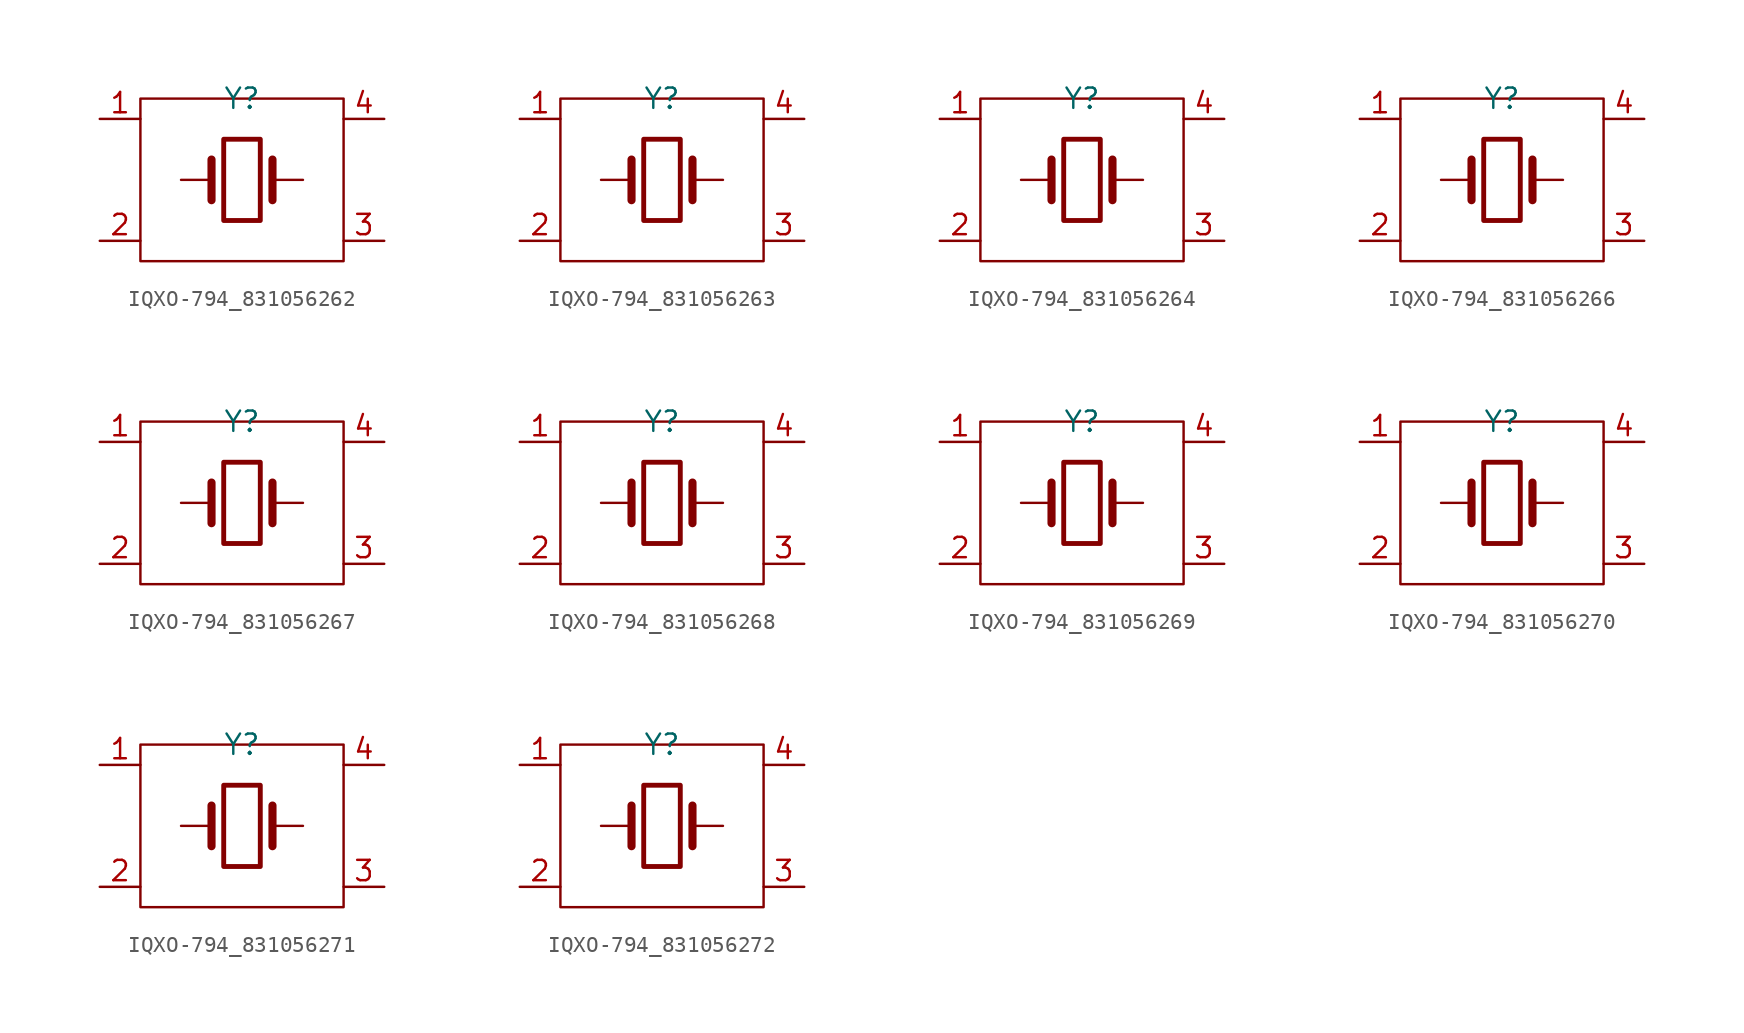
<source format=kicad_sym>
(kicad_symbol_lib
  (version 20220914)
  (generator kicad_symbol_editor)
  (symbol "IQXO-794_831056262"
    (pin_names hide)
    (property "Reference" "Y"
      (at 0 5.08 0)
      (effects (font (size 1.27 1.27))))
    (property "Critical Parameter" ""
      (at 0 -5.08 0)
      (effects (font (size 1.27 1.27)) (justify left)))
    (symbol "IQXO-794_831056262_0_1"
      (rectangle (start -6.35 5.08) (end 6.35 -5.08) (stroke (width 0) (type default)) (fill (type none)))
      (rectangle (start -1.143 2.54) (end 1.143 -2.54) (stroke (width 0.305) (type default)) (fill (type none)))
      (polyline (pts (xy -3.81 0) (xy -1.905 0)) (stroke (width 0) (type default)) (fill (type none)))
      (polyline (pts (xy -1.905 -1.27) (xy -1.905 1.27)) (stroke (width 0.508) (type default)) (fill (type none)))
      (polyline (pts (xy 1.905 -1.27) (xy 1.905 1.27)) (stroke (width 0.508) (type default)) (fill (type none)))
      (polyline (pts (xy 3.81 0) (xy 1.905 0)) (stroke (width 0) (type default)) (fill (type none))))
    (symbol "IQXO-794_831056262_1_1"
      (pin passive line (at -8.89 3.81 0) (length 2.54) (name "E/D" (effects (font (size 1.27 1.27)))) (number "1" (effects (font (size 1.27 1.27)))))
      (pin passive line (at -8.89 -3.81 0) (length 2.54) (name "GND" (effects (font (size 1.27 1.27)))) (number "2" (effects (font (size 1.27 1.27)))))
      (pin passive line (at 8.89 -3.81 180) (length 2.54) (name "OUT" (effects (font (size 1.27 1.27)))) (number "3" (effects (font (size 1.27 1.27)))))
      (pin passive line (at 8.89 3.81 180) (length 2.54) (name "+VS" (effects (font (size 1.27 1.27)))) (number "4" (effects (font (size 1.27 1.27)))))))
  (symbol "IQXO-794_831056263"
    (pin_names hide)
    (property "Reference" "Y"
      (at 0 5.08 0)
      (effects (font (size 1.27 1.27))))
    (property "Critical Parameter" ""
      (at 0 -5.08 0)
      (effects (font (size 1.27 1.27)) (justify left)))
    (symbol "IQXO-794_831056263_0_1"
      (rectangle (start -6.35 5.08) (end 6.35 -5.08) (stroke (width 0) (type default)) (fill (type none)))
      (rectangle (start -1.143 2.54) (end 1.143 -2.54) (stroke (width 0.305) (type default)) (fill (type none)))
      (polyline (pts (xy -3.81 0) (xy -1.905 0)) (stroke (width 0) (type default)) (fill (type none)))
      (polyline (pts (xy -1.905 -1.27) (xy -1.905 1.27)) (stroke (width 0.508) (type default)) (fill (type none)))
      (polyline (pts (xy 1.905 -1.27) (xy 1.905 1.27)) (stroke (width 0.508) (type default)) (fill (type none)))
      (polyline (pts (xy 3.81 0) (xy 1.905 0)) (stroke (width 0) (type default)) (fill (type none))))
    (symbol "IQXO-794_831056263_1_1"
      (pin passive line (at -8.89 3.81 0) (length 2.54) (name "E/D" (effects (font (size 1.27 1.27)))) (number "1" (effects (font (size 1.27 1.27)))))
      (pin passive line (at -8.89 -3.81 0) (length 2.54) (name "GND" (effects (font (size 1.27 1.27)))) (number "2" (effects (font (size 1.27 1.27)))))
      (pin passive line (at 8.89 -3.81 180) (length 2.54) (name "OUT" (effects (font (size 1.27 1.27)))) (number "3" (effects (font (size 1.27 1.27)))))
      (pin passive line (at 8.89 3.81 180) (length 2.54) (name "+VS" (effects (font (size 1.27 1.27)))) (number "4" (effects (font (size 1.27 1.27)))))))
  (symbol "IQXO-794_831056264"
    (pin_names hide)
    (property "Reference" "Y"
      (at 0 5.08 0)
      (effects (font (size 1.27 1.27))))
    (property "Critical Parameter" ""
      (at 0 -5.08 0)
      (effects (font (size 1.27 1.27)) (justify left)))
    (symbol "IQXO-794_831056264_0_1"
      (rectangle (start -6.35 5.08) (end 6.35 -5.08) (stroke (width 0) (type default)) (fill (type none)))
      (rectangle (start -1.143 2.54) (end 1.143 -2.54) (stroke (width 0.305) (type default)) (fill (type none)))
      (polyline (pts (xy -3.81 0) (xy -1.905 0)) (stroke (width 0) (type default)) (fill (type none)))
      (polyline (pts (xy -1.905 -1.27) (xy -1.905 1.27)) (stroke (width 0.508) (type default)) (fill (type none)))
      (polyline (pts (xy 1.905 -1.27) (xy 1.905 1.27)) (stroke (width 0.508) (type default)) (fill (type none)))
      (polyline (pts (xy 3.81 0) (xy 1.905 0)) (stroke (width 0) (type default)) (fill (type none))))
    (symbol "IQXO-794_831056264_1_1"
      (pin passive line (at -8.89 3.81 0) (length 2.54) (name "E/D" (effects (font (size 1.27 1.27)))) (number "1" (effects (font (size 1.27 1.27)))))
      (pin passive line (at -8.89 -3.81 0) (length 2.54) (name "GND" (effects (font (size 1.27 1.27)))) (number "2" (effects (font (size 1.27 1.27)))))
      (pin passive line (at 8.89 -3.81 180) (length 2.54) (name "OUT" (effects (font (size 1.27 1.27)))) (number "3" (effects (font (size 1.27 1.27)))))
      (pin passive line (at 8.89 3.81 180) (length 2.54) (name "+VS" (effects (font (size 1.27 1.27)))) (number "4" (effects (font (size 1.27 1.27)))))))
  (symbol "IQXO-794_831056266"
    (pin_names hide)
    (property "Reference" "Y"
      (at 0 5.08 0)
      (effects (font (size 1.27 1.27))))
    (property "Critical Parameter" ""
      (at 0 -5.08 0)
      (effects (font (size 1.27 1.27)) (justify left)))
    (symbol "IQXO-794_831056266_0_1"
      (rectangle (start -6.35 5.08) (end 6.35 -5.08) (stroke (width 0) (type default)) (fill (type none)))
      (rectangle (start -1.143 2.54) (end 1.143 -2.54) (stroke (width 0.305) (type default)) (fill (type none)))
      (polyline (pts (xy -3.81 0) (xy -1.905 0)) (stroke (width 0) (type default)) (fill (type none)))
      (polyline (pts (xy -1.905 -1.27) (xy -1.905 1.27)) (stroke (width 0.508) (type default)) (fill (type none)))
      (polyline (pts (xy 1.905 -1.27) (xy 1.905 1.27)) (stroke (width 0.508) (type default)) (fill (type none)))
      (polyline (pts (xy 3.81 0) (xy 1.905 0)) (stroke (width 0) (type default)) (fill (type none))))
    (symbol "IQXO-794_831056266_1_1"
      (pin passive line (at -8.89 3.81 0) (length 2.54) (name "E/D" (effects (font (size 1.27 1.27)))) (number "1" (effects (font (size 1.27 1.27)))))
      (pin passive line (at -8.89 -3.81 0) (length 2.54) (name "GND" (effects (font (size 1.27 1.27)))) (number "2" (effects (font (size 1.27 1.27)))))
      (pin passive line (at 8.89 -3.81 180) (length 2.54) (name "OUT" (effects (font (size 1.27 1.27)))) (number "3" (effects (font (size 1.27 1.27)))))
      (pin passive line (at 8.89 3.81 180) (length 2.54) (name "+VS" (effects (font (size 1.27 1.27)))) (number "4" (effects (font (size 1.27 1.27)))))))
  (symbol "IQXO-794_831056267"
    (pin_names hide)
    (property "Reference" "Y"
      (at 0 5.08 0)
      (effects (font (size 1.27 1.27))))
    (property "Critical Parameter" ""
      (at 0 -5.08 0)
      (effects (font (size 1.27 1.27)) (justify left)))
    (symbol "IQXO-794_831056267_0_1"
      (rectangle (start -6.35 5.08) (end 6.35 -5.08) (stroke (width 0) (type default)) (fill (type none)))
      (rectangle (start -1.143 2.54) (end 1.143 -2.54) (stroke (width 0.305) (type default)) (fill (type none)))
      (polyline (pts (xy -3.81 0) (xy -1.905 0)) (stroke (width 0) (type default)) (fill (type none)))
      (polyline (pts (xy -1.905 -1.27) (xy -1.905 1.27)) (stroke (width 0.508) (type default)) (fill (type none)))
      (polyline (pts (xy 1.905 -1.27) (xy 1.905 1.27)) (stroke (width 0.508) (type default)) (fill (type none)))
      (polyline (pts (xy 3.81 0) (xy 1.905 0)) (stroke (width 0) (type default)) (fill (type none))))
    (symbol "IQXO-794_831056267_1_1"
      (pin passive line (at -8.89 3.81 0) (length 2.54) (name "E/D" (effects (font (size 1.27 1.27)))) (number "1" (effects (font (size 1.27 1.27)))))
      (pin passive line (at -8.89 -3.81 0) (length 2.54) (name "GND" (effects (font (size 1.27 1.27)))) (number "2" (effects (font (size 1.27 1.27)))))
      (pin passive line (at 8.89 -3.81 180) (length 2.54) (name "OUT" (effects (font (size 1.27 1.27)))) (number "3" (effects (font (size 1.27 1.27)))))
      (pin passive line (at 8.89 3.81 180) (length 2.54) (name "+VS" (effects (font (size 1.27 1.27)))) (number "4" (effects (font (size 1.27 1.27)))))))
  (symbol "IQXO-794_831056268"
    (pin_names hide)
    (property "Reference" "Y"
      (at 0 5.08 0)
      (effects (font (size 1.27 1.27))))
    (property "Critical Parameter" ""
      (at 0 -5.08 0)
      (effects (font (size 1.27 1.27)) (justify left)))
    (symbol "IQXO-794_831056268_0_1"
      (rectangle (start -6.35 5.08) (end 6.35 -5.08) (stroke (width 0) (type default)) (fill (type none)))
      (rectangle (start -1.143 2.54) (end 1.143 -2.54) (stroke (width 0.305) (type default)) (fill (type none)))
      (polyline (pts (xy -3.81 0) (xy -1.905 0)) (stroke (width 0) (type default)) (fill (type none)))
      (polyline (pts (xy -1.905 -1.27) (xy -1.905 1.27)) (stroke (width 0.508) (type default)) (fill (type none)))
      (polyline (pts (xy 1.905 -1.27) (xy 1.905 1.27)) (stroke (width 0.508) (type default)) (fill (type none)))
      (polyline (pts (xy 3.81 0) (xy 1.905 0)) (stroke (width 0) (type default)) (fill (type none))))
    (symbol "IQXO-794_831056268_1_1"
      (pin passive line (at -8.89 3.81 0) (length 2.54) (name "E/D" (effects (font (size 1.27 1.27)))) (number "1" (effects (font (size 1.27 1.27)))))
      (pin passive line (at -8.89 -3.81 0) (length 2.54) (name "GND" (effects (font (size 1.27 1.27)))) (number "2" (effects (font (size 1.27 1.27)))))
      (pin passive line (at 8.89 -3.81 180) (length 2.54) (name "OUT" (effects (font (size 1.27 1.27)))) (number "3" (effects (font (size 1.27 1.27)))))
      (pin passive line (at 8.89 3.81 180) (length 2.54) (name "+VS" (effects (font (size 1.27 1.27)))) (number "4" (effects (font (size 1.27 1.27)))))))
  (symbol "IQXO-794_831056269"
    (pin_names hide)
    (property "Reference" "Y"
      (at 0 5.08 0)
      (effects (font (size 1.27 1.27))))
    (property "Critical Parameter" ""
      (at 0 -5.08 0)
      (effects (font (size 1.27 1.27)) (justify left)))
    (symbol "IQXO-794_831056269_0_1"
      (rectangle (start -6.35 5.08) (end 6.35 -5.08) (stroke (width 0) (type default)) (fill (type none)))
      (rectangle (start -1.143 2.54) (end 1.143 -2.54) (stroke (width 0.305) (type default)) (fill (type none)))
      (polyline (pts (xy -3.81 0) (xy -1.905 0)) (stroke (width 0) (type default)) (fill (type none)))
      (polyline (pts (xy -1.905 -1.27) (xy -1.905 1.27)) (stroke (width 0.508) (type default)) (fill (type none)))
      (polyline (pts (xy 1.905 -1.27) (xy 1.905 1.27)) (stroke (width 0.508) (type default)) (fill (type none)))
      (polyline (pts (xy 3.81 0) (xy 1.905 0)) (stroke (width 0) (type default)) (fill (type none))))
    (symbol "IQXO-794_831056269_1_1"
      (pin passive line (at -8.89 3.81 0) (length 2.54) (name "E/D" (effects (font (size 1.27 1.27)))) (number "1" (effects (font (size 1.27 1.27)))))
      (pin passive line (at -8.89 -3.81 0) (length 2.54) (name "GND" (effects (font (size 1.27 1.27)))) (number "2" (effects (font (size 1.27 1.27)))))
      (pin passive line (at 8.89 -3.81 180) (length 2.54) (name "OUT" (effects (font (size 1.27 1.27)))) (number "3" (effects (font (size 1.27 1.27)))))
      (pin passive line (at 8.89 3.81 180) (length 2.54) (name "+VS" (effects (font (size 1.27 1.27)))) (number "4" (effects (font (size 1.27 1.27)))))))
  (symbol "IQXO-794_831056270"
    (pin_names hide)
    (property "Reference" "Y"
      (at 0 5.08 0)
      (effects (font (size 1.27 1.27))))
    (property "Critical Parameter" ""
      (at 0 -5.08 0)
      (effects (font (size 1.27 1.27)) (justify left)))
    (symbol "IQXO-794_831056270_0_1"
      (rectangle (start -6.35 5.08) (end 6.35 -5.08) (stroke (width 0) (type default)) (fill (type none)))
      (rectangle (start -1.143 2.54) (end 1.143 -2.54) (stroke (width 0.305) (type default)) (fill (type none)))
      (polyline (pts (xy -3.81 0) (xy -1.905 0)) (stroke (width 0) (type default)) (fill (type none)))
      (polyline (pts (xy -1.905 -1.27) (xy -1.905 1.27)) (stroke (width 0.508) (type default)) (fill (type none)))
      (polyline (pts (xy 1.905 -1.27) (xy 1.905 1.27)) (stroke (width 0.508) (type default)) (fill (type none)))
      (polyline (pts (xy 3.81 0) (xy 1.905 0)) (stroke (width 0) (type default)) (fill (type none))))
    (symbol "IQXO-794_831056270_1_1"
      (pin passive line (at -8.89 3.81 0) (length 2.54) (name "E/D" (effects (font (size 1.27 1.27)))) (number "1" (effects (font (size 1.27 1.27)))))
      (pin passive line (at -8.89 -3.81 0) (length 2.54) (name "GND" (effects (font (size 1.27 1.27)))) (number "2" (effects (font (size 1.27 1.27)))))
      (pin passive line (at 8.89 -3.81 180) (length 2.54) (name "OUT" (effects (font (size 1.27 1.27)))) (number "3" (effects (font (size 1.27 1.27)))))
      (pin passive line (at 8.89 3.81 180) (length 2.54) (name "+VS" (effects (font (size 1.27 1.27)))) (number "4" (effects (font (size 1.27 1.27)))))))
  (symbol "IQXO-794_831056271"
    (pin_names hide)
    (property "Reference" "Y"
      (at 0 5.08 0)
      (effects (font (size 1.27 1.27))))
    (property "Critical Parameter" ""
      (at 0 -5.08 0)
      (effects (font (size 1.27 1.27)) (justify left)))
    (symbol "IQXO-794_831056271_0_1"
      (rectangle (start -6.35 5.08) (end 6.35 -5.08) (stroke (width 0) (type default)) (fill (type none)))
      (rectangle (start -1.143 2.54) (end 1.143 -2.54) (stroke (width 0.305) (type default)) (fill (type none)))
      (polyline (pts (xy -3.81 0) (xy -1.905 0)) (stroke (width 0) (type default)) (fill (type none)))
      (polyline (pts (xy -1.905 -1.27) (xy -1.905 1.27)) (stroke (width 0.508) (type default)) (fill (type none)))
      (polyline (pts (xy 1.905 -1.27) (xy 1.905 1.27)) (stroke (width 0.508) (type default)) (fill (type none)))
      (polyline (pts (xy 3.81 0) (xy 1.905 0)) (stroke (width 0) (type default)) (fill (type none))))
    (symbol "IQXO-794_831056271_1_1"
      (pin passive line (at -8.89 3.81 0) (length 2.54) (name "E/D" (effects (font (size 1.27 1.27)))) (number "1" (effects (font (size 1.27 1.27)))))
      (pin passive line (at -8.89 -3.81 0) (length 2.54) (name "GND" (effects (font (size 1.27 1.27)))) (number "2" (effects (font (size 1.27 1.27)))))
      (pin passive line (at 8.89 -3.81 180) (length 2.54) (name "OUT" (effects (font (size 1.27 1.27)))) (number "3" (effects (font (size 1.27 1.27)))))
      (pin passive line (at 8.89 3.81 180) (length 2.54) (name "+VS" (effects (font (size 1.27 1.27)))) (number "4" (effects (font (size 1.27 1.27)))))))
  (symbol "IQXO-794_831056272"
    (pin_names hide)
    (property "Reference" "Y"
      (at 0 5.08 0)
      (effects (font (size 1.27 1.27))))
    (property "Critical Parameter" ""
      (at 0 -5.08 0)
      (effects (font (size 1.27 1.27)) (justify left)))
    (symbol "IQXO-794_831056272_0_1"
      (rectangle (start -6.35 5.08) (end 6.35 -5.08) (stroke (width 0) (type default)) (fill (type none)))
      (rectangle (start -1.143 2.54) (end 1.143 -2.54) (stroke (width 0.305) (type default)) (fill (type none)))
      (polyline (pts (xy -3.81 0) (xy -1.905 0)) (stroke (width 0) (type default)) (fill (type none)))
      (polyline (pts (xy -1.905 -1.27) (xy -1.905 1.27)) (stroke (width 0.508) (type default)) (fill (type none)))
      (polyline (pts (xy 1.905 -1.27) (xy 1.905 1.27)) (stroke (width 0.508) (type default)) (fill (type none)))
      (polyline (pts (xy 3.81 0) (xy 1.905 0)) (stroke (width 0) (type default)) (fill (type none))))
    (symbol "IQXO-794_831056272_1_1"
      (pin passive line (at -8.89 3.81 0) (length 2.54) (name "E/D" (effects (font (size 1.27 1.27)))) (number "1" (effects (font (size 1.27 1.27)))))
      (pin passive line (at -8.89 -3.81 0) (length 2.54) (name "GND" (effects (font (size 1.27 1.27)))) (number "2" (effects (font (size 1.27 1.27)))))
      (pin passive line (at 8.89 -3.81 180) (length 2.54) (name "OUT" (effects (font (size 1.27 1.27)))) (number "3" (effects (font (size 1.27 1.27)))))
      (pin passive line (at 8.89 3.81 180) (length 2.54) (name "+VS" (effects (font (size 1.27 1.27)))) (number "4" (effects (font (size 1.27 1.27))))))))
</source>
